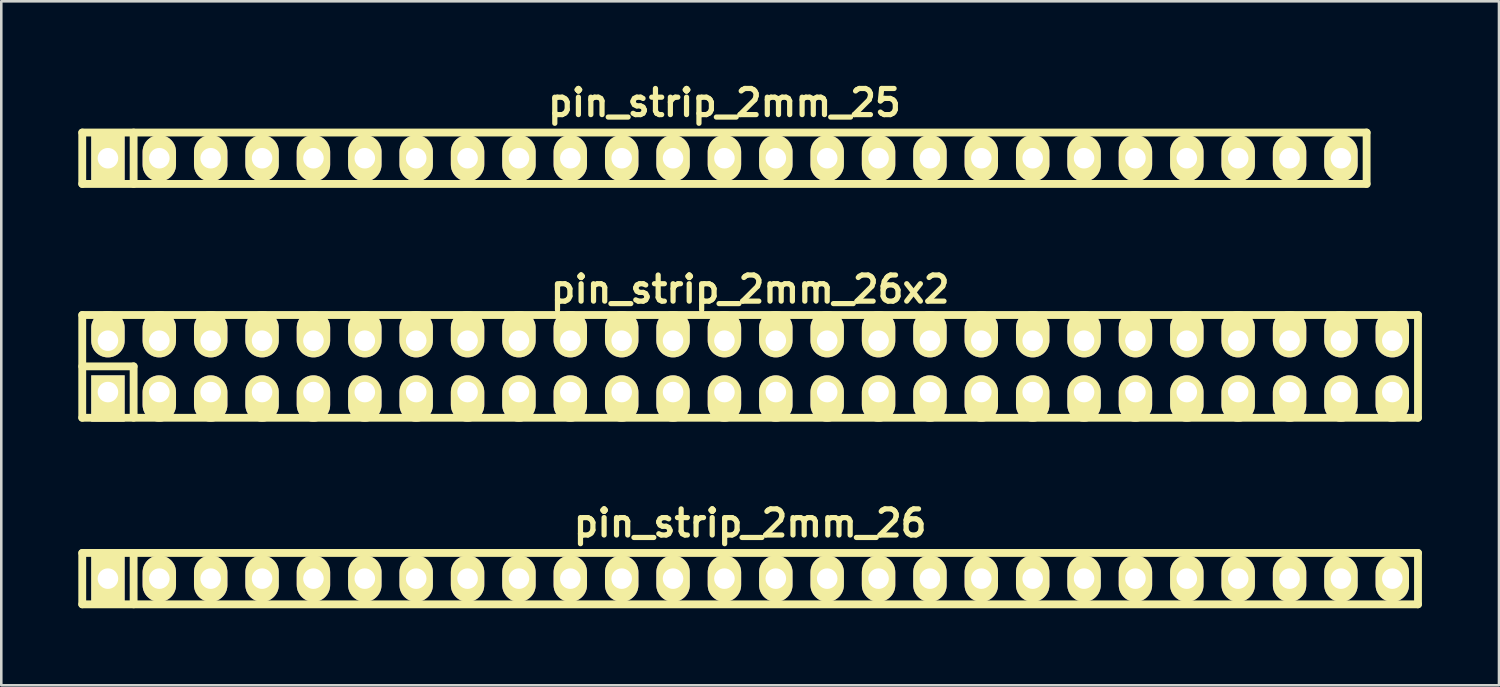
<source format=kicad_pcb>
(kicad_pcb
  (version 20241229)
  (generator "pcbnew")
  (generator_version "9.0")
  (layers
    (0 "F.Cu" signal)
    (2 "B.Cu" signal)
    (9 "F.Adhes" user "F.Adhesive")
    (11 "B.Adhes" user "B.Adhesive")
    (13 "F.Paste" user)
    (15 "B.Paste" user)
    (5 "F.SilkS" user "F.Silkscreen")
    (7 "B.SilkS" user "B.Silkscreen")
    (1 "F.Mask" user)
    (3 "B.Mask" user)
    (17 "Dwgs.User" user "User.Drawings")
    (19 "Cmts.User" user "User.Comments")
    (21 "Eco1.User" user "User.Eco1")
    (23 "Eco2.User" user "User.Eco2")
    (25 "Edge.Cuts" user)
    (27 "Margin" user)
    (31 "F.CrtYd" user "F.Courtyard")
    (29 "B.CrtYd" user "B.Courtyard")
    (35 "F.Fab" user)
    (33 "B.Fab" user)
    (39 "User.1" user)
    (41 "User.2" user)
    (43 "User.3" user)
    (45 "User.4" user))
  (footprint "pin_strip_2mm_26x2"
    (layer "F.Cu")
    (at 26.152 11.213)
    (property "Reference" "pin_strip_2mm_26x2" (at 0 -3 0) (layer "F.SilkS") (effects (font (size 1.016 1.016) (thickness 0.203))))
    (attr through_hole)
    (fp_line (start -26 -2) (end 26 -2) (stroke (width 0.305) (type solid)) (layer "F.SilkS"))
    (fp_line (start -26 0) (end -24 0) (stroke (width 0.305) (type solid)) (layer "F.SilkS"))
    (fp_line (start -26 2) (end -26 -2) (stroke (width 0.305) (type solid)) (layer "F.SilkS"))
    (fp_line (start -24 0) (end -24 2) (stroke (width 0.305) (type solid)) (layer "F.SilkS"))
    (fp_line (start 26 -2) (end 26 2) (stroke (width 0.305) (type solid)) (layer "F.SilkS"))
    (fp_line (start 26 2) (end -26 2) (stroke (width 0.305) (type solid)) (layer "F.SilkS"))
    (pad "1" thru_hole rect (at -25 1) (size 1.3 1.8) (drill 0.8 (offset 0 0.25)) (layers "*.Cu" "*.Mask" "F.SilkS"))
    (pad "2" thru_hole oval (at -25 -1) (size 1.3 1.8) (drill 0.8 (offset 0 -0.25)) (layers "*.Cu" "*.Mask" "F.SilkS"))
    (pad "3" thru_hole oval (at -23 1) (size 1.3 1.8) (drill 0.8 (offset 0 0.25)) (layers "*.Cu" "*.Mask" "F.SilkS"))
    (pad "4" thru_hole oval (at -23 -1) (size 1.3 1.8) (drill 0.8 (offset 0 -0.25)) (layers "*.Cu" "*.Mask" "F.SilkS"))
    (pad "5" thru_hole oval (at -21 1) (size 1.3 1.8) (drill 0.8 (offset 0 0.25)) (layers "*.Cu" "*.Mask" "F.SilkS"))
    (pad "6" thru_hole oval (at -21 -1) (size 1.3 1.8) (drill 0.8 (offset 0 -0.25)) (layers "*.Cu" "*.Mask" "F.SilkS"))
    (pad "7" thru_hole oval (at -19 1) (size 1.3 1.8) (drill 0.8 (offset 0 0.25)) (layers "*.Cu" "*.Mask" "F.SilkS"))
    (pad "8" thru_hole oval (at -19 -1) (size 1.3 1.8) (drill 0.8 (offset 0 -0.25)) (layers "*.Cu" "*.Mask" "F.SilkS"))
    (pad "9" thru_hole oval (at -17 1) (size 1.3 1.8) (drill 0.8 (offset 0 0.25)) (layers "*.Cu" "*.Mask" "F.SilkS"))
    (pad "10" thru_hole oval (at -17 -1) (size 1.3 1.8) (drill 0.8 (offset 0 -0.25)) (layers "*.Cu" "*.Mask" "F.SilkS"))
    (pad "11" thru_hole oval (at -15 1) (size 1.3 1.8) (drill 0.8 (offset 0 0.25)) (layers "*.Cu" "*.Mask" "F.SilkS"))
    (pad "12" thru_hole oval (at -15 -1) (size 1.3 1.8) (drill 0.8 (offset 0 -0.25)) (layers "*.Cu" "*.Mask" "F.SilkS"))
    (pad "13" thru_hole oval (at -13 1) (size 1.3 1.8) (drill 0.8 (offset 0 0.25)) (layers "*.Cu" "*.Mask" "F.SilkS"))
    (pad "14" thru_hole oval (at -13 -1) (size 1.3 1.8) (drill 0.8 (offset 0 -0.25)) (layers "*.Cu" "*.Mask" "F.SilkS"))
    (pad "15" thru_hole oval (at -11 1) (size 1.3 1.8) (drill 0.8 (offset 0 0.25)) (layers "*.Cu" "*.Mask" "F.SilkS"))
    (pad "16" thru_hole oval (at -11 -1) (size 1.3 1.8) (drill 0.8 (offset 0 -0.25)) (layers "*.Cu" "*.Mask" "F.SilkS"))
    (pad "17" thru_hole oval (at -9 1) (size 1.3 1.8) (drill 0.8 (offset 0 0.25)) (layers "*.Cu" "*.Mask" "F.SilkS"))
    (pad "18" thru_hole oval (at -9 -1) (size 1.3 1.8) (drill 0.8 (offset 0 -0.25)) (layers "*.Cu" "*.Mask" "F.SilkS"))
    (pad "19" thru_hole oval (at -7 1) (size 1.3 1.8) (drill 0.8 (offset 0 0.25)) (layers "*.Cu" "*.Mask" "F.SilkS"))
    (pad "20" thru_hole oval (at -7 -1) (size 1.3 1.8) (drill 0.8 (offset 0 -0.25)) (layers "*.Cu" "*.Mask" "F.SilkS"))
    (pad "21" thru_hole oval (at -5 1) (size 1.3 1.8) (drill 0.8 (offset 0 0.25)) (layers "*.Cu" "*.Mask" "F.SilkS"))
    (pad "22" thru_hole oval (at -5 -1) (size 1.3 1.8) (drill 0.8 (offset 0 -0.25)) (layers "*.Cu" "*.Mask" "F.SilkS"))
    (pad "23" thru_hole oval (at -3 1) (size 1.3 1.8) (drill 0.8 (offset 0 0.25)) (layers "*.Cu" "*.Mask" "F.SilkS"))
    (pad "24" thru_hole oval (at -3 -1) (size 1.3 1.8) (drill 0.8 (offset 0 -0.25)) (layers "*.Cu" "*.Mask" "F.SilkS"))
    (pad "25" thru_hole oval (at -1 1) (size 1.3 1.8) (drill 0.8 (offset 0 0.25)) (layers "*.Cu" "*.Mask" "F.SilkS"))
    (pad "26" thru_hole oval (at -1 -1) (size 1.3 1.8) (drill 0.8 (offset 0 -0.25)) (layers "*.Cu" "*.Mask" "F.SilkS"))
    (pad "27" thru_hole oval (at 1 1) (size 1.3 1.8) (drill 0.8 (offset 0 0.25)) (layers "*.Cu" "*.Mask" "F.SilkS"))
    (pad "28" thru_hole oval (at 1 -1) (size 1.3 1.8) (drill 0.8 (offset 0 -0.25)) (layers "*.Cu" "*.Mask" "F.SilkS"))
    (pad "29" thru_hole oval (at 3 1) (size 1.3 1.8) (drill 0.8 (offset 0 0.25)) (layers "*.Cu" "*.Mask" "F.SilkS"))
    (pad "30" thru_hole oval (at 3 -1) (size 1.3 1.8) (drill 0.8 (offset 0 -0.25)) (layers "*.Cu" "*.Mask" "F.SilkS"))
    (pad "31" thru_hole oval (at 5 1) (size 1.3 1.8) (drill 0.8 (offset 0 0.25)) (layers "*.Cu" "*.Mask" "F.SilkS"))
    (pad "32" thru_hole oval (at 5 -1) (size 1.3 1.8) (drill 0.8 (offset 0 -0.25)) (layers "*.Cu" "*.Mask" "F.SilkS"))
    (pad "33" thru_hole oval (at 7 1) (size 1.3 1.8) (drill 0.8 (offset 0 0.25)) (layers "*.Cu" "*.Mask" "F.SilkS"))
    (pad "34" thru_hole oval (at 7 -1) (size 1.3 1.8) (drill 0.8 (offset 0 -0.25)) (layers "*.Cu" "*.Mask" "F.SilkS"))
    (pad "35" thru_hole oval (at 9 1) (size 1.3 1.8) (drill 0.8 (offset 0 0.25)) (layers "*.Cu" "*.Mask" "F.SilkS"))
    (pad "36" thru_hole oval (at 9 -1) (size 1.3 1.8) (drill 0.8 (offset 0 -0.25)) (layers "*.Cu" "*.Mask" "F.SilkS"))
    (pad "37" thru_hole oval (at 11 1) (size 1.3 1.8) (drill 0.8 (offset 0 0.25)) (layers "*.Cu" "*.Mask" "F.SilkS"))
    (pad "38" thru_hole oval (at 11 -1) (size 1.3 1.8) (drill 0.8 (offset 0 -0.25)) (layers "*.Cu" "*.Mask" "F.SilkS"))
    (pad "39" thru_hole oval (at 13 1) (size 1.3 1.8) (drill 0.8 (offset 0 0.25)) (layers "*.Cu" "*.Mask" "F.SilkS"))
    (pad "40" thru_hole oval (at 13 -1) (size 1.3 1.8) (drill 0.8 (offset 0 -0.25)) (layers "*.Cu" "*.Mask" "F.SilkS"))
    (pad "41" thru_hole oval (at 15 1) (size 1.3 1.8) (drill 0.8 (offset 0 0.25)) (layers "*.Cu" "*.Mask" "F.SilkS"))
    (pad "42" thru_hole oval (at 15 -1) (size 1.3 1.8) (drill 0.8 (offset 0 -0.25)) (layers "*.Cu" "*.Mask" "F.SilkS"))
    (pad "43" thru_hole oval (at 17 1) (size 1.3 1.8) (drill 0.8 (offset 0 0.25)) (layers "*.Cu" "*.Mask" "F.SilkS"))
    (pad "44" thru_hole oval (at 17 -1) (size 1.3 1.8) (drill 0.8 (offset 0 -0.25)) (layers "*.Cu" "*.Mask" "F.SilkS"))
    (pad "45" thru_hole oval (at 19 1) (size 1.3 1.8) (drill 0.8 (offset 0 0.25)) (layers "*.Cu" "*.Mask" "F.SilkS"))
    (pad "46" thru_hole oval (at 19 -1) (size 1.3 1.8) (drill 0.8 (offset 0 -0.25)) (layers "*.Cu" "*.Mask" "F.SilkS"))
    (pad "47" thru_hole oval (at 21 1) (size 1.3 1.8) (drill 0.8 (offset 0 0.25)) (layers "*.Cu" "*.Mask" "F.SilkS"))
    (pad "48" thru_hole oval (at 21 -1) (size 1.3 1.8) (drill 0.8 (offset 0 -0.25)) (layers "*.Cu" "*.Mask" "F.SilkS"))
    (pad "49" thru_hole oval (at 23 1) (size 1.3 1.8) (drill 0.8 (offset 0 0.25)) (layers "*.Cu" "*.Mask" "F.SilkS"))
    (pad "50" thru_hole oval (at 23 -1) (size 1.3 1.8) (drill 0.8 (offset 0 -0.25)) (layers "*.Cu" "*.Mask" "F.SilkS"))
    (pad "51" thru_hole oval (at 25 1) (size 1.3 1.8) (drill 0.8 (offset 0 0.25)) (layers "*.Cu" "*.Mask" "F.SilkS"))
    (pad "52" thru_hole oval (at 25 -1) (size 1.3 1.8) (drill 0.8 (offset 0 -0.25)) (layers "*.Cu" "*.Mask" "F.SilkS")))
  (footprint "pin_strip_2mm_26"
    (layer "F.Cu")
    (at 26.152 19.476)
    (property "Reference" "pin_strip_2mm_26" (at 0 -2.159 0) (layer "F.SilkS") (effects (font (size 1.016 1.016) (thickness 0.203))))
    (attr through_hole)
    (fp_line (start -26 -1) (end 26 -1) (stroke (width 0.305) (type solid)) (layer "F.SilkS"))
    (fp_line (start -26 1) (end -26 -1) (stroke (width 0.305) (type solid)) (layer "F.SilkS"))
    (fp_line (start -24 -1) (end -24 1) (stroke (width 0.305) (type solid)) (layer "F.SilkS"))
    (fp_line (start 26 -1) (end 26 1) (stroke (width 0.305) (type solid)) (layer "F.SilkS"))
    (fp_line (start 26 1) (end -26 1) (stroke (width 0.305) (type solid)) (layer "F.SilkS"))
    (pad "1" thru_hole rect (at -25 0) (size 1.3 1.8) (drill 0.8) (layers "*.Cu" "*.Mask" "F.SilkS"))
    (pad "2" thru_hole oval (at -23 0) (size 1.3 1.8) (drill 0.8) (layers "*.Cu" "*.Mask" "F.SilkS"))
    (pad "3" thru_hole oval (at -21 0) (size 1.3 1.8) (drill 0.8) (layers "*.Cu" "*.Mask" "F.SilkS"))
    (pad "4" thru_hole oval (at -19 0) (size 1.3 1.8) (drill 0.8) (layers "*.Cu" "*.Mask" "F.SilkS"))
    (pad "5" thru_hole oval (at -17 0) (size 1.3 1.8) (drill 0.8) (layers "*.Cu" "*.Mask" "F.SilkS"))
    (pad "6" thru_hole oval (at -15 0) (size 1.3 1.8) (drill 0.8) (layers "*.Cu" "*.Mask" "F.SilkS"))
    (pad "7" thru_hole oval (at -13 0) (size 1.3 1.8) (drill 0.8) (layers "*.Cu" "*.Mask" "F.SilkS"))
    (pad "8" thru_hole oval (at -11 0) (size 1.3 1.8) (drill 0.8) (layers "*.Cu" "*.Mask" "F.SilkS"))
    (pad "9" thru_hole oval (at -9 0) (size 1.3 1.8) (drill 0.8) (layers "*.Cu" "*.Mask" "F.SilkS"))
    (pad "10" thru_hole oval (at -7 0) (size 1.3 1.8) (drill 0.8) (layers "*.Cu" "*.Mask" "F.SilkS"))
    (pad "11" thru_hole oval (at -5 0) (size 1.3 1.8) (drill 0.8) (layers "*.Cu" "*.Mask" "F.SilkS"))
    (pad "12" thru_hole oval (at -3 0) (size 1.3 1.8) (drill 0.8) (layers "*.Cu" "*.Mask" "F.SilkS"))
    (pad "13" thru_hole oval (at -1 0) (size 1.3 1.8) (drill 0.8) (layers "*.Cu" "*.Mask" "F.SilkS"))
    (pad "14" thru_hole oval (at 1 0) (size 1.3 1.8) (drill 0.8) (layers "*.Cu" "*.Mask" "F.SilkS"))
    (pad "15" thru_hole oval (at 3 0) (size 1.3 1.8) (drill 0.8) (layers "*.Cu" "*.Mask" "F.SilkS"))
    (pad "16" thru_hole oval (at 5 0) (size 1.3 1.8) (drill 0.8) (layers "*.Cu" "*.Mask" "F.SilkS"))
    (pad "17" thru_hole oval (at 7 0) (size 1.3 1.8) (drill 0.8) (layers "*.Cu" "*.Mask" "F.SilkS"))
    (pad "18" thru_hole oval (at 9 0) (size 1.3 1.8) (drill 0.8) (layers "*.Cu" "*.Mask" "F.SilkS"))
    (pad "19" thru_hole oval (at 11 0) (size 1.3 1.8) (drill 0.8) (layers "*.Cu" "*.Mask" "F.SilkS"))
    (pad "20" thru_hole oval (at 13 0) (size 1.3 1.8) (drill 0.8) (layers "*.Cu" "*.Mask" "F.SilkS"))
    (pad "21" thru_hole oval (at 15 0) (size 1.3 1.8) (drill 0.8) (layers "*.Cu" "*.Mask" "F.SilkS"))
    (pad "22" thru_hole oval (at 17 0) (size 1.3 1.8) (drill 0.8) (layers "*.Cu" "*.Mask" "F.SilkS"))
    (pad "23" thru_hole oval (at 19 0) (size 1.3 1.8) (drill 0.8) (layers "*.Cu" "*.Mask" "F.SilkS"))
    (pad "24" thru_hole oval (at 21 0) (size 1.3 1.8) (drill 0.8) (layers "*.Cu" "*.Mask" "F.SilkS"))
    (pad "25" thru_hole oval (at 23 0) (size 1.3 1.8) (drill 0.8) (layers "*.Cu" "*.Mask" "F.SilkS"))
    (pad "26" thru_hole oval (at 25 0) (size 1.3 1.8) (drill 0.8) (layers "*.Cu" "*.Mask" "F.SilkS")))
  (footprint "pin_strip_2mm_25"
    (layer "F.Cu")
    (at 25.152 3.11)
    (property "Reference" "pin_strip_2mm_25" (at 0 -2.159 0) (layer "F.SilkS") (effects (font (size 1.016 1.016) (thickness 0.203))))
    (attr through_hole)
    (fp_line (start -25 -1) (end 25 -1) (stroke (width 0.305) (type solid)) (layer "F.SilkS"))
    (fp_line (start -25 1) (end -25 -1) (stroke (width 0.305) (type solid)) (layer "F.SilkS"))
    (fp_line (start -23 -1) (end -23 1) (stroke (width 0.305) (type solid)) (layer "F.SilkS"))
    (fp_line (start 25 -1) (end 25 1) (stroke (width 0.305) (type solid)) (layer "F.SilkS"))
    (fp_line (start 25 1) (end -25 1) (stroke (width 0.305) (type solid)) (layer "F.SilkS"))
    (pad "1" thru_hole rect (at -24 0) (size 1.3 1.8) (drill 0.8) (layers "*.Cu" "*.Mask" "F.SilkS"))
    (pad "2" thru_hole oval (at -22 0) (size 1.3 1.8) (drill 0.8) (layers "*.Cu" "*.Mask" "F.SilkS"))
    (pad "3" thru_hole oval (at -20 0) (size 1.3 1.8) (drill 0.8) (layers "*.Cu" "*.Mask" "F.SilkS"))
    (pad "4" thru_hole oval (at -18 0) (size 1.3 1.8) (drill 0.8) (layers "*.Cu" "*.Mask" "F.SilkS"))
    (pad "5" thru_hole oval (at -16 0) (size 1.3 1.8) (drill 0.8) (layers "*.Cu" "*.Mask" "F.SilkS"))
    (pad "6" thru_hole oval (at -14 0) (size 1.3 1.8) (drill 0.8) (layers "*.Cu" "*.Mask" "F.SilkS"))
    (pad "7" thru_hole oval (at -12 0) (size 1.3 1.8) (drill 0.8) (layers "*.Cu" "*.Mask" "F.SilkS"))
    (pad "8" thru_hole oval (at -10 0) (size 1.3 1.8) (drill 0.8) (layers "*.Cu" "*.Mask" "F.SilkS"))
    (pad "9" thru_hole oval (at -8 0) (size 1.3 1.8) (drill 0.8) (layers "*.Cu" "*.Mask" "F.SilkS"))
    (pad "10" thru_hole oval (at -6 0) (size 1.3 1.8) (drill 0.8) (layers "*.Cu" "*.Mask" "F.SilkS"))
    (pad "11" thru_hole oval (at -4 0) (size 1.3 1.8) (drill 0.8) (layers "*.Cu" "*.Mask" "F.SilkS"))
    (pad "12" thru_hole oval (at -2 0) (size 1.3 1.8) (drill 0.8) (layers "*.Cu" "*.Mask" "F.SilkS"))
    (pad "13" thru_hole oval (at 0 0) (size 1.3 1.8) (drill 0.8) (layers "*.Cu" "*.Mask" "F.SilkS"))
    (pad "14" thru_hole oval (at 2 0) (size 1.3 1.8) (drill 0.8) (layers "*.Cu" "*.Mask" "F.SilkS"))
    (pad "15" thru_hole oval (at 4 0) (size 1.3 1.8) (drill 0.8) (layers "*.Cu" "*.Mask" "F.SilkS"))
    (pad "16" thru_hole oval (at 6 0) (size 1.3 1.8) (drill 0.8) (layers "*.Cu" "*.Mask" "F.SilkS"))
    (pad "17" thru_hole oval (at 8 0) (size 1.3 1.8) (drill 0.8) (layers "*.Cu" "*.Mask" "F.SilkS"))
    (pad "18" thru_hole oval (at 10 0) (size 1.3 1.8) (drill 0.8) (layers "*.Cu" "*.Mask" "F.SilkS"))
    (pad "19" thru_hole oval (at 12 0) (size 1.3 1.8) (drill 0.8) (layers "*.Cu" "*.Mask" "F.SilkS"))
    (pad "20" thru_hole oval (at 14 0) (size 1.3 1.8) (drill 0.8) (layers "*.Cu" "*.Mask" "F.SilkS"))
    (pad "21" thru_hole oval (at 16 0) (size 1.3 1.8) (drill 0.8) (layers "*.Cu" "*.Mask" "F.SilkS"))
    (pad "22" thru_hole oval (at 18 0) (size 1.3 1.8) (drill 0.8) (layers "*.Cu" "*.Mask" "F.SilkS"))
    (pad "23" thru_hole oval (at 20 0) (size 1.3 1.8) (drill 0.8) (layers "*.Cu" "*.Mask" "F.SilkS"))
    (pad "24" thru_hole oval (at 22 0) (size 1.3 1.8) (drill 0.8) (layers "*.Cu" "*.Mask" "F.SilkS"))
    (pad "25" thru_hole oval (at 24 0) (size 1.3 1.8) (drill 0.8) (layers "*.Cu" "*.Mask" "F.SilkS")))
  (gr_rect
    (start -3 -3)
    (end 55.305 23.628)
    (stroke (width 0.1) (type default))
    (fill no)
    (layer "Edge.Cuts")))
</source>
